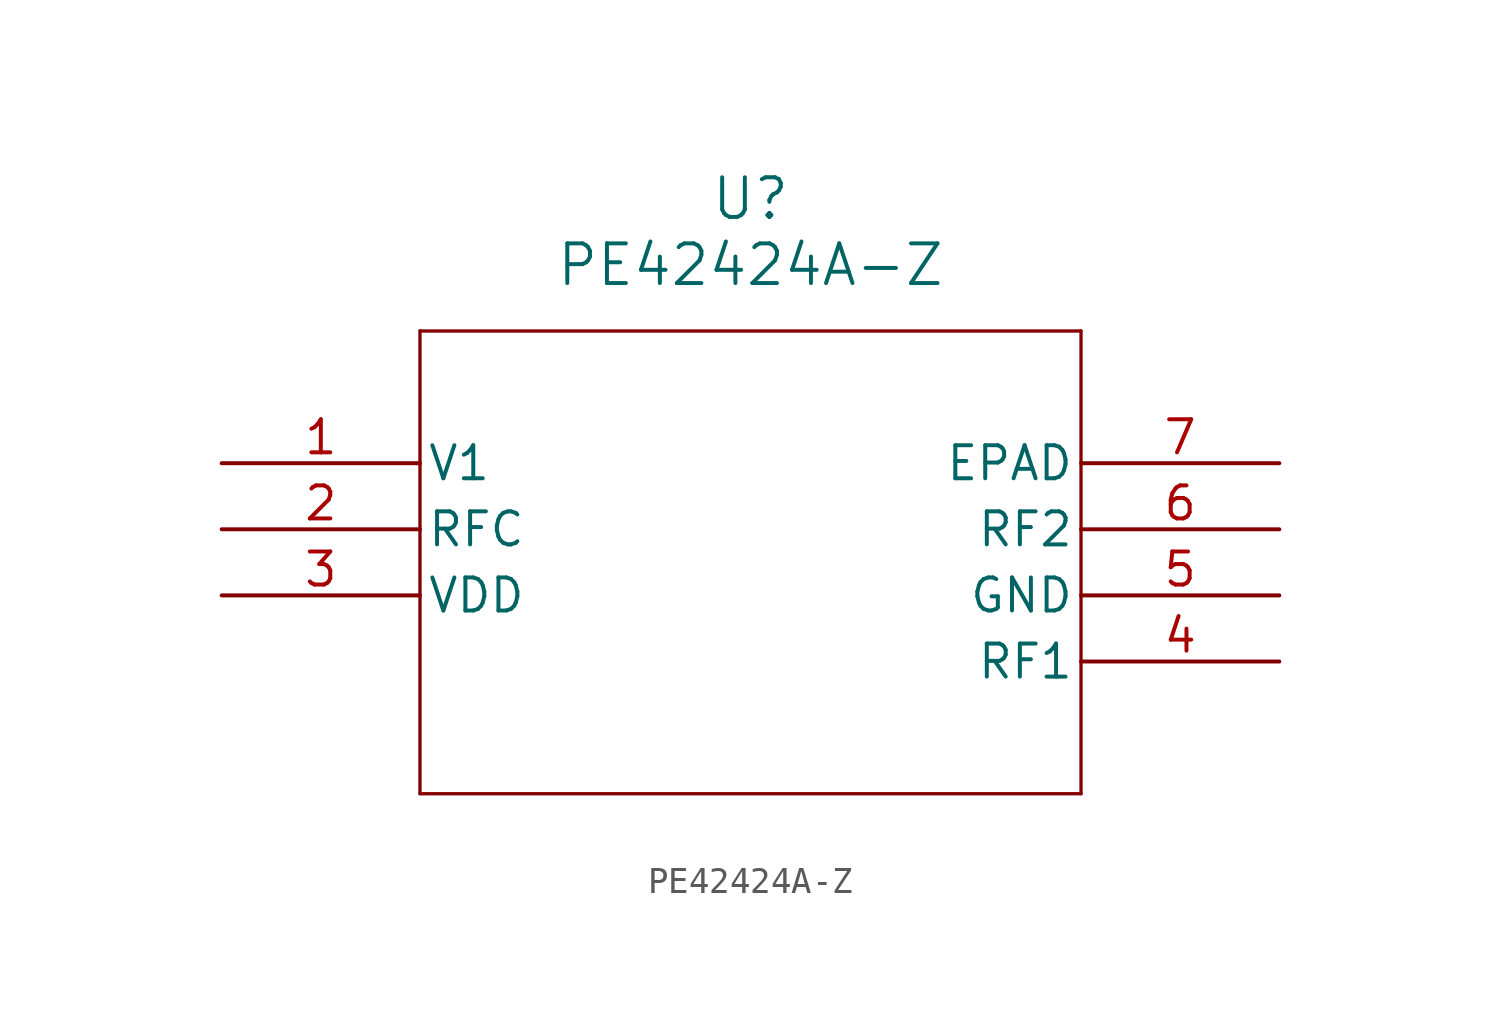
<source format=kicad_sym>
(kicad_symbol_lib
  (version 20211014)
  (generator kicad_symbol_editor)
  (symbol "PE42424A-Z"
    (pin_names
      (offset 0.254))
    (property "Reference" "U"
      (at 20.32 10.16 0)
      (effects (font (size 1.524 1.524))))
    (property "Value" "PE42424A-Z"
      (at 20.32 7.62 0)
      (effects (font (size 1.524 1.524))))
    (symbol "PE42424A-Z_0_1"
      (polyline (pts (xy 7.62 5.08) (xy 7.62 -12.7)) (stroke (width 0.127) (type default) (color 0 0 0 0)) (fill (type none)))
      (polyline (pts (xy 7.62 -12.7) (xy 33.02 -12.7)) (stroke (width 0.127) (type default) (color 0 0 0 0)) (fill (type none)))
      (polyline (pts (xy 33.02 -12.7) (xy 33.02 5.08)) (stroke (width 0.127) (type default) (color 0 0 0 0)) (fill (type none)))
      (polyline (pts (xy 33.02 5.08) (xy 7.62 5.08)) (stroke (width 0.127) (type default) (color 0 0 0 0)) (fill (type none)))
      (pin input line (at 0 0 0) (length 7.62) (name "V1" (effects (font (size 1.27 1.27)))) (number "1" (effects (font (size 1.27 1.27)))))
      (pin unspecified line (at 0 -2.54 0) (length 7.62) (name "RFC" (effects (font (size 1.27 1.27)))) (number "2" (effects (font (size 1.27 1.27)))))
      (pin power_in line (at 0 -5.08 0) (length 7.62) (name "VDD" (effects (font (size 1.27 1.27)))) (number "3" (effects (font (size 1.27 1.27)))))
      (pin unspecified line (at 40.64 -7.62 180) (length 7.62) (name "RF1" (effects (font (size 1.27 1.27)))) (number "4" (effects (font (size 1.27 1.27)))))
      (pin power_out line (at 40.64 -5.08 180) (length 7.62) (name "GND" (effects (font (size 1.27 1.27)))) (number "5" (effects (font (size 1.27 1.27)))))
      (pin unspecified line (at 40.64 -2.54 180) (length 7.62) (name "RF2" (effects (font (size 1.27 1.27)))) (number "6" (effects (font (size 1.27 1.27)))))
      (pin power_out line (at 40.64 0 180) (length 7.62) (name "EPAD" (effects (font (size 1.27 1.27)))) (number "7" (effects (font (size 1.27 1.27))))))))
</source>
